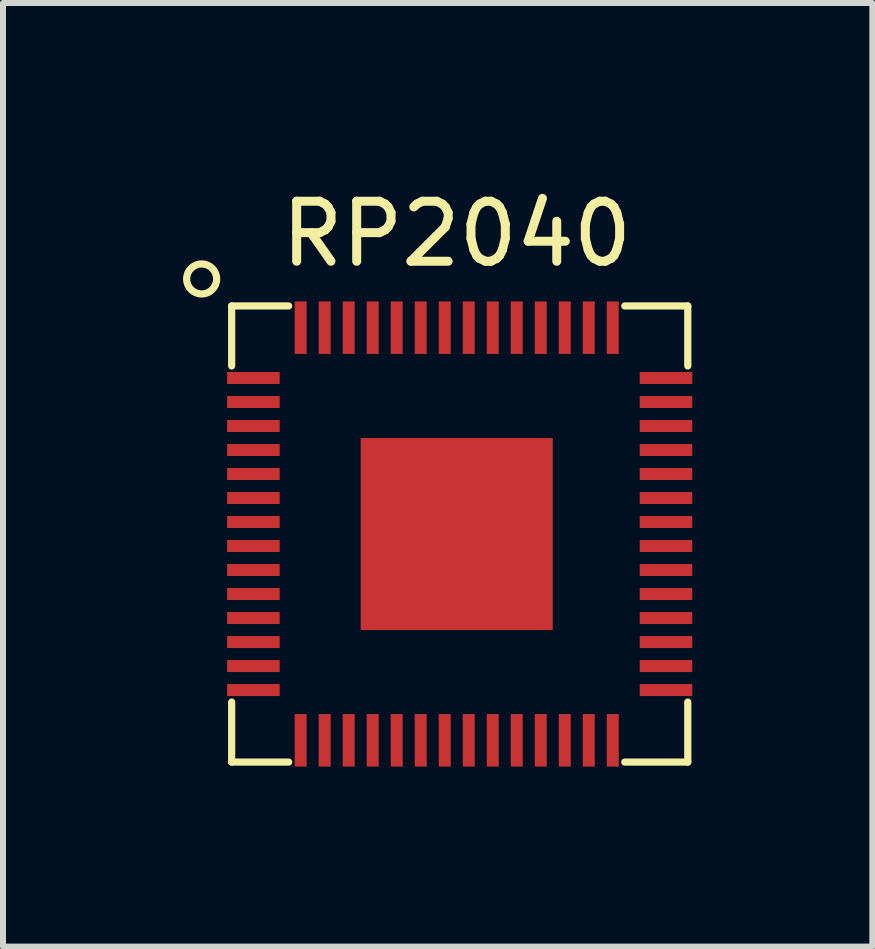
<source format=kicad_pcb>
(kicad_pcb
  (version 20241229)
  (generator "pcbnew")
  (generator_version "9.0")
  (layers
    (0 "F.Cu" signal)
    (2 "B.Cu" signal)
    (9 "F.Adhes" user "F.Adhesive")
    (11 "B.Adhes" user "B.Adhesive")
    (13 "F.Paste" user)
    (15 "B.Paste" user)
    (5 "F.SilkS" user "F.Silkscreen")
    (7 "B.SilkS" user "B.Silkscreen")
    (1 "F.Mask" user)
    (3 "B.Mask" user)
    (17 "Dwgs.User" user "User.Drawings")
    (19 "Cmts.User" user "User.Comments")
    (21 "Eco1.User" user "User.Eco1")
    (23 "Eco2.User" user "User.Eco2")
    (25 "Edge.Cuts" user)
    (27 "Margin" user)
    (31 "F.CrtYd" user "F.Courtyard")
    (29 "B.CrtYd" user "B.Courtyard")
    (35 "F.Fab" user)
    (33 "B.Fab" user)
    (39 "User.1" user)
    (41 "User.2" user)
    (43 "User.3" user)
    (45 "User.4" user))
  (footprint "RP2040"
    (layer "F.Cu")
    (at 4.56 5.848)
    (property "Reference" "RP2040" (at 0 -5 0) (layer "F.SilkS") (effects (font (size 1 1) (thickness 0.15))))
    (attr through_hole)
    (fp_line (start -3.75 -3.8) (end -2.8 -3.8) (stroke (width 0.12) (type solid)) (layer "F.SilkS"))
    (fp_line (start -3.75 -2.8) (end -3.75 -3.8) (stroke (width 0.12) (type solid)) (layer "F.SilkS"))
    (fp_line (start -3.75 2.8) (end -3.75 3.8) (stroke (width 0.12) (type solid)) (layer "F.SilkS"))
    (fp_line (start -3.75 3.8) (end -2.8 3.8) (stroke (width 0.12) (type solid)) (layer "F.SilkS"))
    (fp_line (start 2.8 -3.8) (end 3.85 -3.8) (stroke (width 0.12) (type solid)) (layer "F.SilkS"))
    (fp_line (start 3.85 -3.8) (end 3.85 -2.8) (stroke (width 0.12) (type solid)) (layer "F.SilkS"))
    (fp_line (start 3.85 2.8) (end 3.85 3.8) (stroke (width 0.12) (type solid)) (layer "F.SilkS"))
    (fp_line (start 3.85 3.8) (end 2.8 3.8) (stroke (width 0.12) (type solid)) (layer "F.SilkS"))
    (fp_circle (center -4.25 -4.25) (end -4.25 -4) (stroke (width 0.12) (type solid)) (fill no) (layer "F.SilkS"))
    (pad "1" smd rect (at -3.388 -2.6) (size 0.875 0.2) (layers "F.Cu" "F.Mask" "F.Paste"))
    (pad "2" smd rect (at -3.388 -2.2) (size 0.875 0.2) (layers "F.Cu" "F.Mask" "F.Paste"))
    (pad "3" smd rect (at -3.388 -1.8) (size 0.875 0.2) (layers "F.Cu" "F.Mask" "F.Paste"))
    (pad "4" smd rect (at -3.388 -1.4) (size 0.875 0.2) (layers "F.Cu" "F.Mask" "F.Paste"))
    (pad "5" smd rect (at -3.388 -1) (size 0.875 0.2) (layers "F.Cu" "F.Mask" "F.Paste"))
    (pad "6" smd rect (at -3.388 -0.6) (size 0.875 0.2) (layers "F.Cu" "F.Mask" "F.Paste"))
    (pad "7" smd rect (at -3.388 -0.2) (size 0.875 0.2) (layers "F.Cu" "F.Mask" "F.Paste"))
    (pad "8" smd rect (at -3.388 0.2) (size 0.875 0.2) (layers "F.Cu" "F.Mask" "F.Paste"))
    (pad "9" smd rect (at -3.388 0.6) (size 0.875 0.2) (layers "F.Cu" "F.Mask" "F.Paste"))
    (pad "10" smd rect (at -3.388 1) (size 0.875 0.2) (layers "F.Cu" "F.Mask" "F.Paste"))
    (pad "11" smd rect (at -3.388 1.4) (size 0.875 0.2) (layers "F.Cu" "F.Mask" "F.Paste"))
    (pad "12" smd rect (at -3.388 1.8) (size 0.875 0.2) (layers "F.Cu" "F.Mask" "F.Paste"))
    (pad "13" smd rect (at -3.388 2.2) (size 0.875 0.2) (layers "F.Cu" "F.Mask" "F.Paste"))
    (pad "14" smd rect (at -3.388 2.6) (size 0.875 0.2) (layers "F.Cu" "F.Mask" "F.Paste"))
    (pad "15" smd rect (at -2.6 3.438 90) (size 0.875 0.2) (layers "F.Cu" "F.Mask" "F.Paste"))
    (pad "16" smd rect (at -2.2 3.438 90) (size 0.875 0.2) (layers "F.Cu" "F.Mask" "F.Paste"))
    (pad "17" smd rect (at -1.8 3.438 90) (size 0.875 0.2) (layers "F.Cu" "F.Mask" "F.Paste"))
    (pad "18" smd rect (at -1.4 3.438 90) (size 0.875 0.2) (layers "F.Cu" "F.Mask" "F.Paste"))
    (pad "19" smd rect (at -1 3.438 90) (size 0.875 0.2) (layers "F.Cu" "F.Mask" "F.Paste"))
    (pad "20" smd rect (at -0.6 3.438 90) (size 0.875 0.2) (layers "F.Cu" "F.Mask" "F.Paste"))
    (pad "21" smd rect (at -0.2 3.438 90) (size 0.875 0.2) (layers "F.Cu" "F.Mask" "F.Paste"))
    (pad "22" smd rect (at 0.2 3.438 90) (size 0.875 0.2) (layers "F.Cu" "F.Mask" "F.Paste"))
    (pad "23" smd rect (at 0.6 3.438 90) (size 0.875 0.2) (layers "F.Cu" "F.Mask" "F.Paste"))
    (pad "24" smd rect (at 1 3.438 90) (size 0.875 0.2) (layers "F.Cu" "F.Mask" "F.Paste"))
    (pad "25" smd rect (at 1.4 3.438 90) (size 0.875 0.2) (layers "F.Cu" "F.Mask" "F.Paste"))
    (pad "26" smd rect (at 1.8 3.438 90) (size 0.875 0.2) (layers "F.Cu" "F.Mask" "F.Paste"))
    (pad "27" smd rect (at 2.2 3.438 90) (size 0.875 0.2) (layers "F.Cu" "F.Mask" "F.Paste"))
    (pad "28" smd rect (at 2.6 3.438 90) (size 0.875 0.2) (layers "F.Cu" "F.Mask" "F.Paste"))
    (pad "29" smd rect (at 3.487 2.6 180) (size 0.875 0.2) (layers "F.Cu" "F.Mask" "F.Paste"))
    (pad "30" smd rect (at 3.487 2.2 180) (size 0.875 0.2) (layers "F.Cu" "F.Mask" "F.Paste"))
    (pad "31" smd rect (at 3.487 1.8 180) (size 0.875 0.2) (layers "F.Cu" "F.Mask" "F.Paste"))
    (pad "32" smd rect (at 3.487 1.4 180) (size 0.875 0.2) (layers "F.Cu" "F.Mask" "F.Paste"))
    (pad "33" smd rect (at 3.487 1 180) (size 0.875 0.2) (layers "F.Cu" "F.Mask" "F.Paste"))
    (pad "34" smd rect (at 3.487 0.6 180) (size 0.875 0.2) (layers "F.Cu" "F.Mask" "F.Paste"))
    (pad "35" smd rect (at 3.487 0.2 180) (size 0.875 0.2) (layers "F.Cu" "F.Mask" "F.Paste"))
    (pad "36" smd rect (at 3.487 -0.2 180) (size 0.875 0.2) (layers "F.Cu" "F.Mask" "F.Paste"))
    (pad "37" smd rect (at 3.487 -0.6 180) (size 0.875 0.2) (layers "F.Cu" "F.Mask" "F.Paste"))
    (pad "38" smd rect (at 3.487 -1 180) (size 0.875 0.2) (layers "F.Cu" "F.Mask" "F.Paste"))
    (pad "39" smd rect (at 3.487 -1.4 180) (size 0.875 0.2) (layers "F.Cu" "F.Mask" "F.Paste"))
    (pad "40" smd rect (at 3.487 -1.8 180) (size 0.875 0.2) (layers "F.Cu" "F.Mask" "F.Paste"))
    (pad "41" smd rect (at 3.487 -2.2 180) (size 0.875 0.2) (layers "F.Cu" "F.Mask" "F.Paste"))
    (pad "42" smd rect (at 3.487 -2.6 180) (size 0.875 0.2) (layers "F.Cu" "F.Mask" "F.Paste"))
    (pad "43" smd rect (at 2.6 -3.438 90) (size 0.875 0.2) (layers "F.Cu" "F.Mask" "F.Paste"))
    (pad "44" smd rect (at 2.2 -3.438 90) (size 0.875 0.2) (layers "F.Cu" "F.Mask" "F.Paste"))
    (pad "45" smd rect (at 1.8 -3.438 90) (size 0.875 0.2) (layers "F.Cu" "F.Mask" "F.Paste"))
    (pad "46" smd rect (at 1.4 -3.438 90) (size 0.875 0.2) (layers "F.Cu" "F.Mask" "F.Paste"))
    (pad "47" smd rect (at 1 -3.438 90) (size 0.875 0.2) (layers "F.Cu" "F.Mask" "F.Paste"))
    (pad "48" smd rect (at 0.6 -3.438 90) (size 0.875 0.2) (layers "F.Cu" "F.Mask" "F.Paste"))
    (pad "49" smd rect (at 0.2 -3.438 90) (size 0.875 0.2) (layers "F.Cu" "F.Mask" "F.Paste"))
    (pad "50" smd rect (at -0.2 -3.438 90) (size 0.875 0.2) (layers "F.Cu" "F.Mask" "F.Paste"))
    (pad "51" smd rect (at -0.6 -3.438 90) (size 0.875 0.2) (layers "F.Cu" "F.Mask" "F.Paste"))
    (pad "52" smd rect (at -1 -3.438 90) (size 0.875 0.2) (layers "F.Cu" "F.Mask" "F.Paste"))
    (pad "53" smd rect (at -1.4 -3.438 90) (size 0.875 0.2) (layers "F.Cu" "F.Mask" "F.Paste"))
    (pad "54" smd rect (at -1.8 -3.438 90) (size 0.875 0.2) (layers "F.Cu" "F.Mask" "F.Paste"))
    (pad "55" smd rect (at -2.2 -3.438 90) (size 0.875 0.2) (layers "F.Cu" "F.Mask" "F.Paste"))
    (pad "56" smd rect (at -2.6 -3.438 90) (size 0.875 0.2) (layers "F.Cu" "F.Mask" "F.Paste"))
    (pad "57" smd rect (at 0 0) (size 3.2 3.2) (layers "F.Cu" "F.Mask" "F.Paste")))
  (gr_rect
    (start -3 -3)
    (end 11.485 12.723)
    (stroke (width 0.1) (type default))
    (fill no)
    (layer "Edge.Cuts")))
</source>
